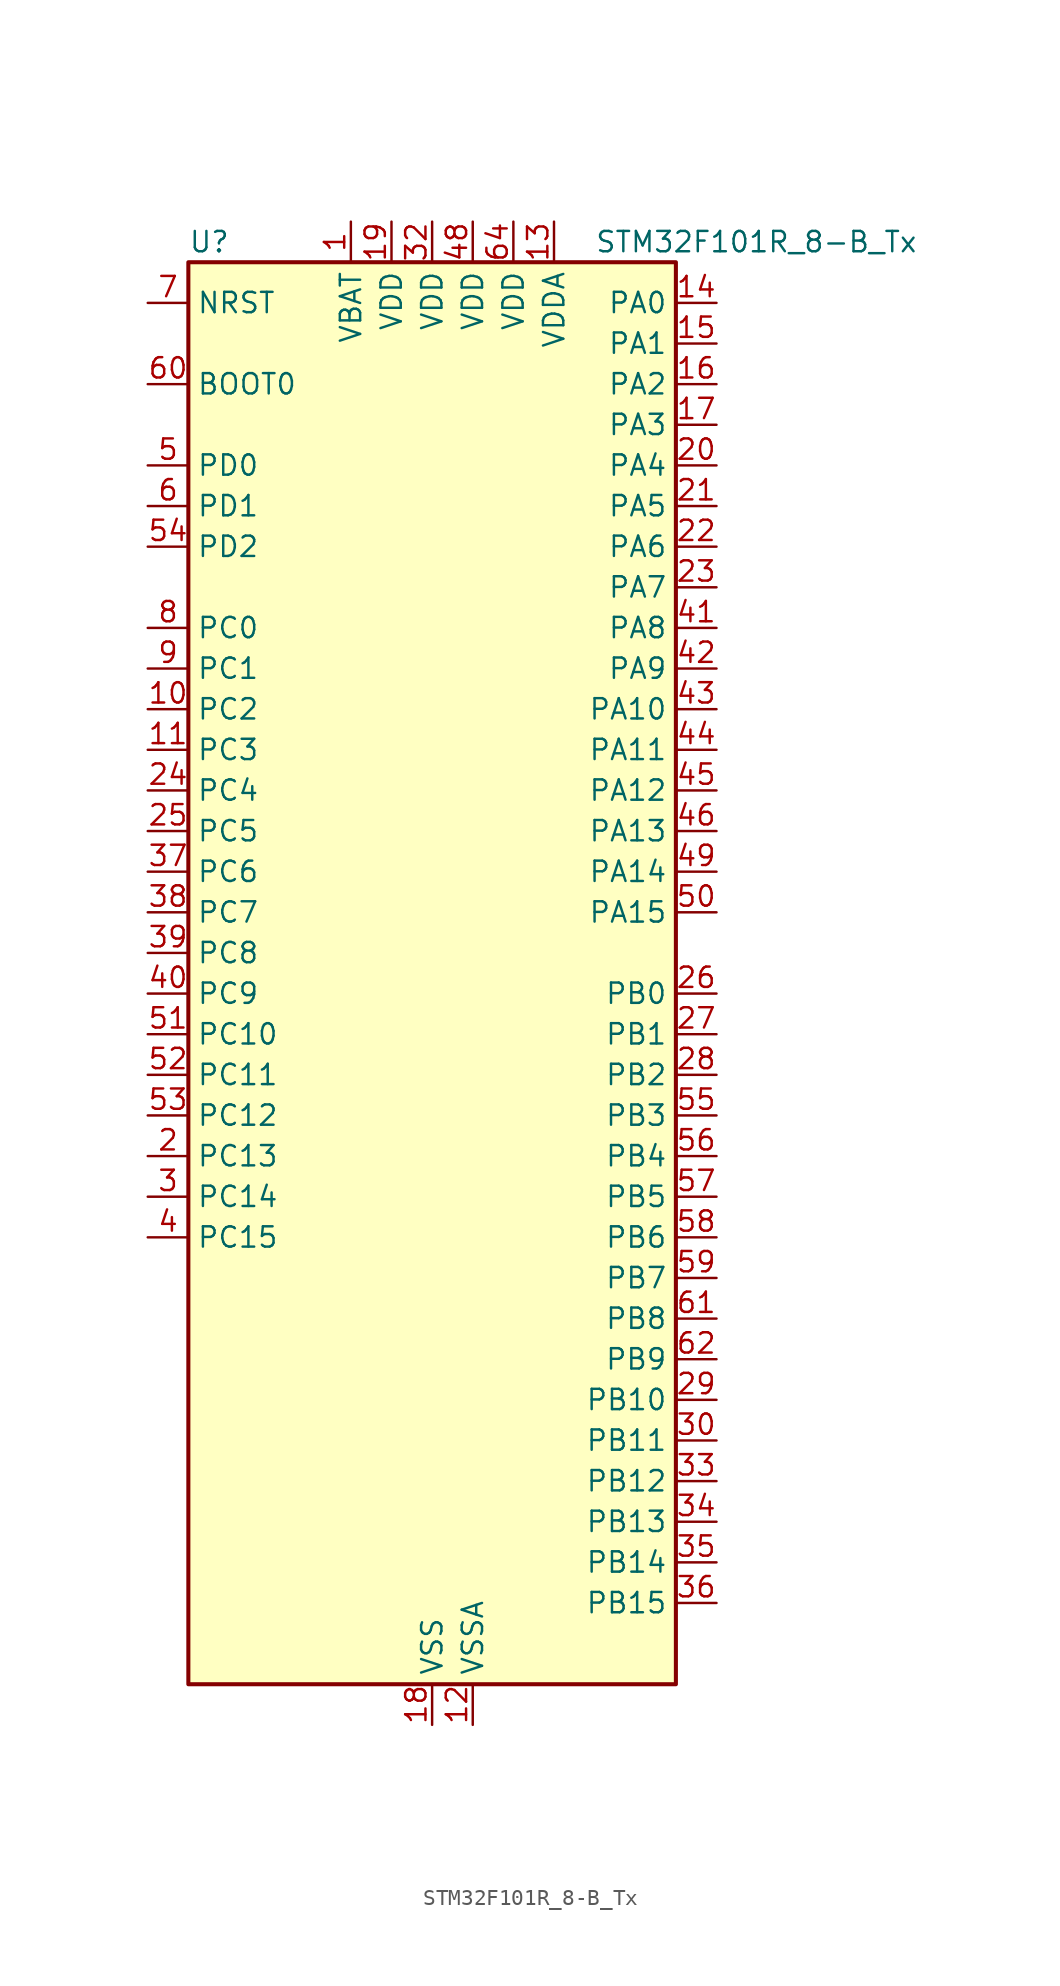
<source format=kicad_sym>
(kicad_symbol_lib
  (version 20231120)
  (generator "kicad_symbol_editor")
  (generator_version "8.0")
  (symbol "STM32F101R_8-B_Tx"
    (property "Reference" "U"
      (at -15.24 46.99 0)
      (effects (font (size 1.27 1.27)) (justify left)))
    (property "Value" "STM32F101R_8-B_Tx"
      (at 10.16 46.99 0)
      (effects (font (size 1.27 1.27)) (justify left)))
    (property "ki_locked" ""
      (at 0 0 0)
      (effects (font (size 1.27 1.27))))
    (symbol "STM32F101R_8-B_Tx_0_1"
      (rectangle (start -15.24 -43.18) (end 15.24 45.72) (stroke (width 0.254) (type default)) (fill (type background))))
    (symbol "STM32F101R_8-B_Tx_1_1"
      (pin power_in line (at -5.08 48.26 270) (length 2.54) (name "VBAT" (effects (font (size 1.27 1.27)))) (number "1" (effects (font (size 1.27 1.27)))))
      (pin bidirectional line (at -17.78 17.78 0) (length 2.54) (name "PC2" (effects (font (size 1.27 1.27)))) (number "10" (effects (font (size 1.27 1.27)))) (alternate "ADC1_IN12" bidirectional line))
      (pin bidirectional line (at -17.78 15.24 0) (length 2.54) (name "PC3" (effects (font (size 1.27 1.27)))) (number "11" (effects (font (size 1.27 1.27)))) (alternate "ADC1_IN13" bidirectional line))
      (pin power_in line (at 2.54 -45.72 90) (length 2.54) (name "VSSA" (effects (font (size 1.27 1.27)))) (number "12" (effects (font (size 1.27 1.27)))))
      (pin power_in line (at 7.62 48.26 270) (length 2.54) (name "VDDA" (effects (font (size 1.27 1.27)))) (number "13" (effects (font (size 1.27 1.27)))))
      (pin bidirectional line (at 17.78 43.18 180) (length 2.54) (name "PA0" (effects (font (size 1.27 1.27)))) (number "14" (effects (font (size 1.27 1.27)))) (alternate "ADC1_IN0" bidirectional line) (alternate "SYS_WKUP" bidirectional line) (alternate "TIM2_CH1" bidirectional line) (alternate "TIM2_ETR" bidirectional line) (alternate "USART2_CTS" bidirectional line))
      (pin bidirectional line (at 17.78 40.64 180) (length 2.54) (name "PA1" (effects (font (size 1.27 1.27)))) (number "15" (effects (font (size 1.27 1.27)))) (alternate "ADC1_IN1" bidirectional line) (alternate "TIM2_CH2" bidirectional line) (alternate "USART2_RTS" bidirectional line))
      (pin bidirectional line (at 17.78 38.1 180) (length 2.54) (name "PA2" (effects (font (size 1.27 1.27)))) (number "16" (effects (font (size 1.27 1.27)))) (alternate "ADC1_IN2" bidirectional line) (alternate "TIM2_CH3" bidirectional line) (alternate "USART2_TX" bidirectional line))
      (pin bidirectional line (at 17.78 35.56 180) (length 2.54) (name "PA3" (effects (font (size 1.27 1.27)))) (number "17" (effects (font (size 1.27 1.27)))) (alternate "ADC1_IN3" bidirectional line) (alternate "TIM2_CH4" bidirectional line) (alternate "USART2_RX" bidirectional line))
      (pin power_in line (at 0 -45.72 90) (length 2.54) (name "VSS" (effects (font (size 1.27 1.27)))) (number "18" (effects (font (size 1.27 1.27)))))
      (pin power_in line (at -2.54 48.26 270) (length 2.54) (name "VDD" (effects (font (size 1.27 1.27)))) (number "19" (effects (font (size 1.27 1.27)))))
      (pin bidirectional line (at -17.78 -10.16 0) (length 2.54) (name "PC13" (effects (font (size 1.27 1.27)))) (number "2" (effects (font (size 1.27 1.27)))) (alternate "RTC_OUT" bidirectional line) (alternate "RTC_TAMPER" bidirectional line))
      (pin bidirectional line (at 17.78 33.02 180) (length 2.54) (name "PA4" (effects (font (size 1.27 1.27)))) (number "20" (effects (font (size 1.27 1.27)))) (alternate "ADC1_IN4" bidirectional line) (alternate "SPI1_NSS" bidirectional line) (alternate "USART2_CK" bidirectional line))
      (pin bidirectional line (at 17.78 30.48 180) (length 2.54) (name "PA5" (effects (font (size 1.27 1.27)))) (number "21" (effects (font (size 1.27 1.27)))) (alternate "ADC1_IN5" bidirectional line) (alternate "SPI1_SCK" bidirectional line))
      (pin bidirectional line (at 17.78 27.94 180) (length 2.54) (name "PA6" (effects (font (size 1.27 1.27)))) (number "22" (effects (font (size 1.27 1.27)))) (alternate "ADC1_IN6" bidirectional line) (alternate "SPI1_MISO" bidirectional line) (alternate "TIM3_CH1" bidirectional line))
      (pin bidirectional line (at 17.78 25.4 180) (length 2.54) (name "PA7" (effects (font (size 1.27 1.27)))) (number "23" (effects (font (size 1.27 1.27)))) (alternate "ADC1_IN7" bidirectional line) (alternate "SPI1_MOSI" bidirectional line) (alternate "TIM3_CH2" bidirectional line))
      (pin bidirectional line (at -17.78 12.7 0) (length 2.54) (name "PC4" (effects (font (size 1.27 1.27)))) (number "24" (effects (font (size 1.27 1.27)))) (alternate "ADC1_IN14" bidirectional line))
      (pin bidirectional line (at -17.78 10.16 0) (length 2.54) (name "PC5" (effects (font (size 1.27 1.27)))) (number "25" (effects (font (size 1.27 1.27)))) (alternate "ADC1_IN15" bidirectional line))
      (pin bidirectional line (at 17.78 0 180) (length 2.54) (name "PB0" (effects (font (size 1.27 1.27)))) (number "26" (effects (font (size 1.27 1.27)))) (alternate "ADC1_IN8" bidirectional line) (alternate "TIM3_CH3" bidirectional line))
      (pin bidirectional line (at 17.78 -2.54 180) (length 2.54) (name "PB1" (effects (font (size 1.27 1.27)))) (number "27" (effects (font (size 1.27 1.27)))) (alternate "ADC1_IN9" bidirectional line) (alternate "TIM3_CH4" bidirectional line))
      (pin bidirectional line (at 17.78 -5.08 180) (length 2.54) (name "PB2" (effects (font (size 1.27 1.27)))) (number "28" (effects (font (size 1.27 1.27)))))
      (pin bidirectional line (at 17.78 -25.4 180) (length 2.54) (name "PB10" (effects (font (size 1.27 1.27)))) (number "29" (effects (font (size 1.27 1.27)))) (alternate "I2C2_SCL" bidirectional line) (alternate "TIM2_CH3" bidirectional line) (alternate "USART3_TX" bidirectional line))
      (pin bidirectional line (at -17.78 -12.7 0) (length 2.54) (name "PC14" (effects (font (size 1.27 1.27)))) (number "3" (effects (font (size 1.27 1.27)))) (alternate "RCC_OSC32_IN" bidirectional line))
      (pin bidirectional line (at 17.78 -27.94 180) (length 2.54) (name "PB11" (effects (font (size 1.27 1.27)))) (number "30" (effects (font (size 1.27 1.27)))) (alternate "ADC1_EXTI11" bidirectional line) (alternate "I2C2_SDA" bidirectional line) (alternate "TIM2_CH4" bidirectional line) (alternate "USART3_RX" bidirectional line))
      (pin passive line (at 0 -45.72 90) (length 2.54) hide (name "VSS" (effects (font (size 1.27 1.27)))) (number "31" (effects (font (size 1.27 1.27)))))
      (pin power_in line (at 0 48.26 270) (length 2.54) (name "VDD" (effects (font (size 1.27 1.27)))) (number "32" (effects (font (size 1.27 1.27)))))
      (pin bidirectional line (at 17.78 -30.48 180) (length 2.54) (name "PB12" (effects (font (size 1.27 1.27)))) (number "33" (effects (font (size 1.27 1.27)))) (alternate "I2C2_SMBA" bidirectional line) (alternate "SPI2_NSS" bidirectional line) (alternate "USART3_CK" bidirectional line))
      (pin bidirectional line (at 17.78 -33.02 180) (length 2.54) (name "PB13" (effects (font (size 1.27 1.27)))) (number "34" (effects (font (size 1.27 1.27)))) (alternate "SPI2_SCK" bidirectional line) (alternate "USART3_CTS" bidirectional line))
      (pin bidirectional line (at 17.78 -35.56 180) (length 2.54) (name "PB14" (effects (font (size 1.27 1.27)))) (number "35" (effects (font (size 1.27 1.27)))) (alternate "SPI2_MISO" bidirectional line) (alternate "USART3_RTS" bidirectional line))
      (pin bidirectional line (at 17.78 -38.1 180) (length 2.54) (name "PB15" (effects (font (size 1.27 1.27)))) (number "36" (effects (font (size 1.27 1.27)))) (alternate "ADC1_EXTI15" bidirectional line) (alternate "SPI2_MOSI" bidirectional line))
      (pin bidirectional line (at -17.78 7.62 0) (length 2.54) (name "PC6" (effects (font (size 1.27 1.27)))) (number "37" (effects (font (size 1.27 1.27)))) (alternate "TIM3_CH1" bidirectional line))
      (pin bidirectional line (at -17.78 5.08 0) (length 2.54) (name "PC7" (effects (font (size 1.27 1.27)))) (number "38" (effects (font (size 1.27 1.27)))) (alternate "TIM3_CH2" bidirectional line))
      (pin bidirectional line (at -17.78 2.54 0) (length 2.54) (name "PC8" (effects (font (size 1.27 1.27)))) (number "39" (effects (font (size 1.27 1.27)))) (alternate "TIM3_CH3" bidirectional line))
      (pin bidirectional line (at -17.78 -15.24 0) (length 2.54) (name "PC15" (effects (font (size 1.27 1.27)))) (number "4" (effects (font (size 1.27 1.27)))) (alternate "ADC1_EXTI15" bidirectional line) (alternate "RCC_OSC32_OUT" bidirectional line))
      (pin bidirectional line (at -17.78 0 0) (length 2.54) (name "PC9" (effects (font (size 1.27 1.27)))) (number "40" (effects (font (size 1.27 1.27)))) (alternate "TIM3_CH4" bidirectional line))
      (pin bidirectional line (at 17.78 22.86 180) (length 2.54) (name "PA8" (effects (font (size 1.27 1.27)))) (number "41" (effects (font (size 1.27 1.27)))) (alternate "RCC_MCO" bidirectional line) (alternate "USART1_CK" bidirectional line))
      (pin bidirectional line (at 17.78 20.32 180) (length 2.54) (name "PA9" (effects (font (size 1.27 1.27)))) (number "42" (effects (font (size 1.27 1.27)))) (alternate "USART1_TX" bidirectional line))
      (pin bidirectional line (at 17.78 17.78 180) (length 2.54) (name "PA10" (effects (font (size 1.27 1.27)))) (number "43" (effects (font (size 1.27 1.27)))) (alternate "USART1_RX" bidirectional line))
      (pin bidirectional line (at 17.78 15.24 180) (length 2.54) (name "PA11" (effects (font (size 1.27 1.27)))) (number "44" (effects (font (size 1.27 1.27)))) (alternate "ADC1_EXTI11" bidirectional line) (alternate "USART1_CTS" bidirectional line))
      (pin bidirectional line (at 17.78 12.7 180) (length 2.54) (name "PA12" (effects (font (size 1.27 1.27)))) (number "45" (effects (font (size 1.27 1.27)))) (alternate "USART1_RTS" bidirectional line))
      (pin bidirectional line (at 17.78 10.16 180) (length 2.54) (name "PA13" (effects (font (size 1.27 1.27)))) (number "46" (effects (font (size 1.27 1.27)))) (alternate "SYS_JTMS-SWDIO" bidirectional line))
      (pin passive line (at 0 -45.72 90) (length 2.54) hide (name "VSS" (effects (font (size 1.27 1.27)))) (number "47" (effects (font (size 1.27 1.27)))))
      (pin power_in line (at 2.54 48.26 270) (length 2.54) (name "VDD" (effects (font (size 1.27 1.27)))) (number "48" (effects (font (size 1.27 1.27)))))
      (pin bidirectional line (at 17.78 7.62 180) (length 2.54) (name "PA14" (effects (font (size 1.27 1.27)))) (number "49" (effects (font (size 1.27 1.27)))) (alternate "SYS_JTCK-SWCLK" bidirectional line))
      (pin bidirectional line (at -17.78 33.02 0) (length 2.54) (name "PD0" (effects (font (size 1.27 1.27)))) (number "5" (effects (font (size 1.27 1.27)))) (alternate "RCC_OSC_IN" bidirectional line))
      (pin bidirectional line (at 17.78 5.08 180) (length 2.54) (name "PA15" (effects (font (size 1.27 1.27)))) (number "50" (effects (font (size 1.27 1.27)))) (alternate "ADC1_EXTI15" bidirectional line) (alternate "SPI1_NSS" bidirectional line) (alternate "SYS_JTDI" bidirectional line) (alternate "TIM2_CH1" bidirectional line) (alternate "TIM2_ETR" bidirectional line))
      (pin bidirectional line (at -17.78 -2.54 0) (length 2.54) (name "PC10" (effects (font (size 1.27 1.27)))) (number "51" (effects (font (size 1.27 1.27)))) (alternate "USART3_TX" bidirectional line))
      (pin bidirectional line (at -17.78 -5.08 0) (length 2.54) (name "PC11" (effects (font (size 1.27 1.27)))) (number "52" (effects (font (size 1.27 1.27)))) (alternate "ADC1_EXTI11" bidirectional line) (alternate "USART3_RX" bidirectional line))
      (pin bidirectional line (at -17.78 -7.62 0) (length 2.54) (name "PC12" (effects (font (size 1.27 1.27)))) (number "53" (effects (font (size 1.27 1.27)))) (alternate "USART3_CK" bidirectional line))
      (pin bidirectional line (at -17.78 27.94 0) (length 2.54) (name "PD2" (effects (font (size 1.27 1.27)))) (number "54" (effects (font (size 1.27 1.27)))) (alternate "TIM3_ETR" bidirectional line))
      (pin bidirectional line (at 17.78 -7.62 180) (length 2.54) (name "PB3" (effects (font (size 1.27 1.27)))) (number "55" (effects (font (size 1.27 1.27)))) (alternate "SPI1_SCK" bidirectional line) (alternate "SYS_JTDO-TRACESWO" bidirectional line) (alternate "TIM2_CH2" bidirectional line))
      (pin bidirectional line (at 17.78 -10.16 180) (length 2.54) (name "PB4" (effects (font (size 1.27 1.27)))) (number "56" (effects (font (size 1.27 1.27)))) (alternate "SPI1_MISO" bidirectional line) (alternate "SYS_NJTRST" bidirectional line) (alternate "TIM3_CH1" bidirectional line))
      (pin bidirectional line (at 17.78 -12.7 180) (length 2.54) (name "PB5" (effects (font (size 1.27 1.27)))) (number "57" (effects (font (size 1.27 1.27)))) (alternate "I2C1_SMBA" bidirectional line) (alternate "SPI1_MOSI" bidirectional line) (alternate "TIM3_CH2" bidirectional line))
      (pin bidirectional line (at 17.78 -15.24 180) (length 2.54) (name "PB6" (effects (font (size 1.27 1.27)))) (number "58" (effects (font (size 1.27 1.27)))) (alternate "I2C1_SCL" bidirectional line) (alternate "TIM4_CH1" bidirectional line) (alternate "USART1_TX" bidirectional line))
      (pin bidirectional line (at 17.78 -17.78 180) (length 2.54) (name "PB7" (effects (font (size 1.27 1.27)))) (number "59" (effects (font (size 1.27 1.27)))) (alternate "I2C1_SDA" bidirectional line) (alternate "TIM4_CH2" bidirectional line) (alternate "USART1_RX" bidirectional line))
      (pin bidirectional line (at -17.78 30.48 0) (length 2.54) (name "PD1" (effects (font (size 1.27 1.27)))) (number "6" (effects (font (size 1.27 1.27)))) (alternate "RCC_OSC_OUT" bidirectional line))
      (pin input line (at -17.78 38.1 0) (length 2.54) (name "BOOT0" (effects (font (size 1.27 1.27)))) (number "60" (effects (font (size 1.27 1.27)))))
      (pin bidirectional line (at 17.78 -20.32 180) (length 2.54) (name "PB8" (effects (font (size 1.27 1.27)))) (number "61" (effects (font (size 1.27 1.27)))) (alternate "I2C1_SCL" bidirectional line) (alternate "TIM4_CH3" bidirectional line))
      (pin bidirectional line (at 17.78 -22.86 180) (length 2.54) (name "PB9" (effects (font (size 1.27 1.27)))) (number "62" (effects (font (size 1.27 1.27)))) (alternate "I2C1_SDA" bidirectional line) (alternate "TIM4_CH4" bidirectional line))
      (pin passive line (at 0 -45.72 90) (length 2.54) hide (name "VSS" (effects (font (size 1.27 1.27)))) (number "63" (effects (font (size 1.27 1.27)))))
      (pin power_in line (at 5.08 48.26 270) (length 2.54) (name "VDD" (effects (font (size 1.27 1.27)))) (number "64" (effects (font (size 1.27 1.27)))))
      (pin input line (at -17.78 43.18 0) (length 2.54) (name "NRST" (effects (font (size 1.27 1.27)))) (number "7" (effects (font (size 1.27 1.27)))))
      (pin bidirectional line (at -17.78 22.86 0) (length 2.54) (name "PC0" (effects (font (size 1.27 1.27)))) (number "8" (effects (font (size 1.27 1.27)))) (alternate "ADC1_IN10" bidirectional line))
      (pin bidirectional line (at -17.78 20.32 0) (length 2.54) (name "PC1" (effects (font (size 1.27 1.27)))) (number "9" (effects (font (size 1.27 1.27)))) (alternate "ADC1_IN11" bidirectional line)))))
</source>
